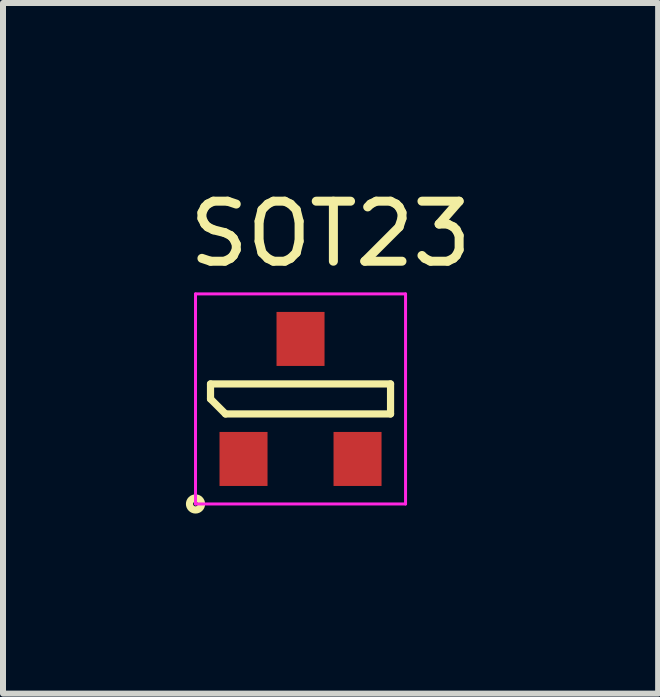
<source format=kicad_pcb>
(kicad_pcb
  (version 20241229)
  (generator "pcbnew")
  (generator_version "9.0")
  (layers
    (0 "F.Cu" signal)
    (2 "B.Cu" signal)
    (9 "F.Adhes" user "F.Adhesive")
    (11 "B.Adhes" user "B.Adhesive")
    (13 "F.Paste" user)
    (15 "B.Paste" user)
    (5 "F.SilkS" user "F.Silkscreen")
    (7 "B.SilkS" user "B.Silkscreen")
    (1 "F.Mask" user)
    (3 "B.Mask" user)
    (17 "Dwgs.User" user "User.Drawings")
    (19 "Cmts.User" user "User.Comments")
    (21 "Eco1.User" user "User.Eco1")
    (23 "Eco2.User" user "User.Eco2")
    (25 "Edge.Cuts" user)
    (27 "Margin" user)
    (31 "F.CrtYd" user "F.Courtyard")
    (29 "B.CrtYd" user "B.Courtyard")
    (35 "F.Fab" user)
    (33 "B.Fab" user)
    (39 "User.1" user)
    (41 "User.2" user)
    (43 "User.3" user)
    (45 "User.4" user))
  (footprint "SOT23"
    (layer "F.Cu")
    (at 1.958 3.598)
    (property "Reference" "SOT23" (at 0.5 -2.75 0) (layer "F.SilkS") (effects (font (size 1 1) (thickness 0.15))))
    (attr smd)
    (fp_line (start -1.5 -0.25) (end -1.5 0) (stroke (width 0.12) (type solid)) (layer "F.SilkS"))
    (fp_line (start -1.5 0) (end -1.25 0.25) (stroke (width 0.12) (type solid)) (layer "F.SilkS"))
    (fp_line (start -1.25 0.25) (end 1.5 0.25) (stroke (width 0.12) (type solid)) (layer "F.SilkS"))
    (fp_line (start 1.5 -0.25) (end -1.5 -0.25) (stroke (width 0.12) (type solid)) (layer "F.SilkS"))
    (fp_line (start 1.5 0.25) (end 1.5 -0.25) (stroke (width 0.12) (type solid)) (layer "F.SilkS"))
    (fp_circle (center -1.75 1.75) (end -1.75 1.85) (stroke (width 0.12) (type solid)) (fill no) (layer "F.SilkS"))
    (fp_line (start -1.75 -1.75) (end -1.75 1.75) (stroke (width 0.05) (type solid)) (layer "F.CrtYd"))
    (fp_line (start -1.75 -1.75) (end 1.75 -1.75) (stroke (width 0.05) (type solid)) (layer "F.CrtYd"))
    (fp_line (start -1.75 1.75) (end 1.75 1.75) (stroke (width 0.05) (type solid)) (layer "F.CrtYd"))
    (fp_line (start 1.75 -1.75) (end 1.75 1.75) (stroke (width 0.05) (type solid)) (layer "F.CrtYd"))
    (pad "1" smd rect (at -0.95 1) (size 0.8 0.9) (layers "F.Cu" "F.Mask" "F.Paste"))
    (pad "2" smd rect (at 0.95 1) (size 0.8 0.9) (layers "F.Cu" "F.Mask" "F.Paste"))
    (pad "3" smd rect (at 0 -1) (size 0.8 0.9) (layers "F.Cu" "F.Mask" "F.Paste")))
  (gr_rect
    (start -3 -3)
    (end 7.917 8.508)
    (stroke (width 0.1) (type default))
    (fill no)
    (layer "Edge.Cuts")))
</source>
